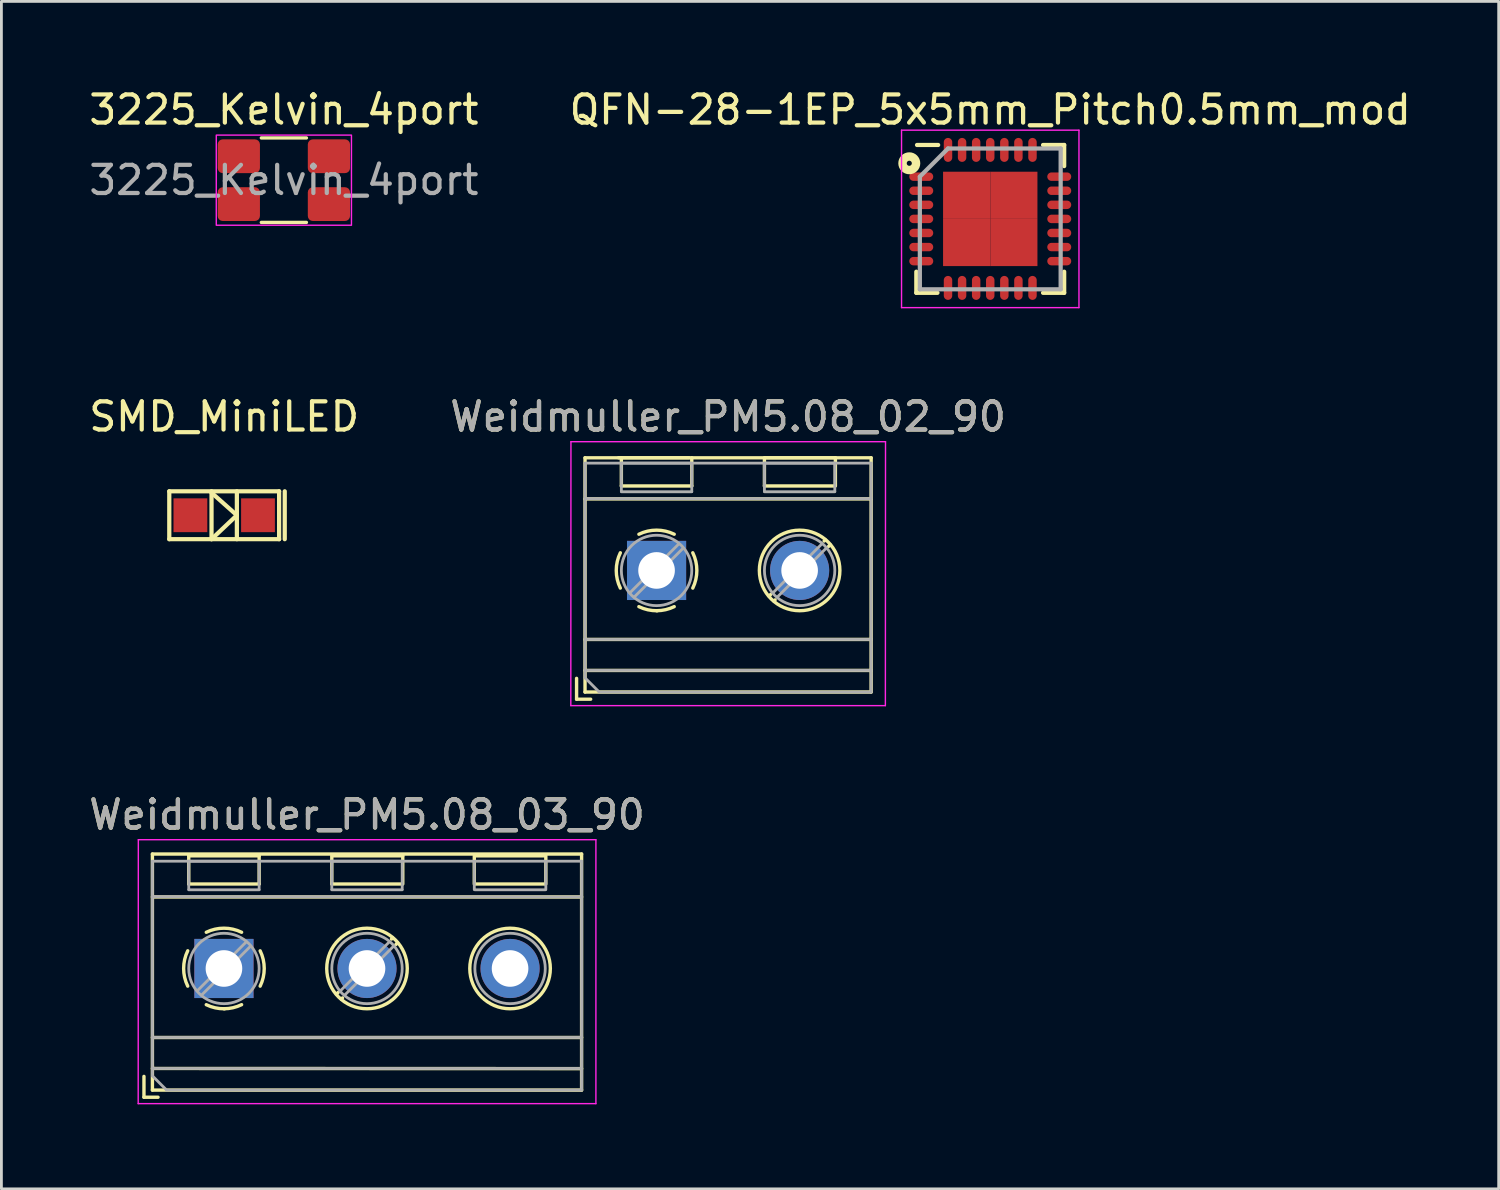
<source format=kicad_pcb>
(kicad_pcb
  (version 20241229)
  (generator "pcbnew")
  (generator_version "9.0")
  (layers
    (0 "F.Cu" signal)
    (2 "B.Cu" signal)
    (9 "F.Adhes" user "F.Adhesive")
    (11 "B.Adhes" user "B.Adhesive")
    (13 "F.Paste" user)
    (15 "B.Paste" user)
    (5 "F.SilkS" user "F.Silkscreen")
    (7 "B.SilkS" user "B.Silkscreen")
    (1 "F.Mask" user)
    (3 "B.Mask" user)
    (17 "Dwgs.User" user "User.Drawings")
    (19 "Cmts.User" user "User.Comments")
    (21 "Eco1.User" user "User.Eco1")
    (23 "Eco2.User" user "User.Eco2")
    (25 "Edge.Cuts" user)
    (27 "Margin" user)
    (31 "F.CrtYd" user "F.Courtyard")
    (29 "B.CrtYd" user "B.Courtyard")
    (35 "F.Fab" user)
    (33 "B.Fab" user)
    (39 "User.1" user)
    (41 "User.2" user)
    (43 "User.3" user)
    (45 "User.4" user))
  (footprint "SMD_MiniLED"
    (layer "F.Cu")
    (at 4.911 15.246)
    (property "Reference" "SMD_MiniLED" (at 0 -3.5 0) (layer "F.SilkS") (effects (font (size 1 1) (thickness 0.15))))
    (attr through_hole)
    (fp_line (start -1.95 -0.85) (end -1.95 0.85) (stroke (width 0.15) (type solid)) (layer "F.SilkS"))
    (fp_line (start -1.95 0.85) (end 1.95 0.85) (stroke (width 0.15) (type solid)) (layer "F.SilkS"))
    (fp_line (start -0.45 -0.85) (end -0.45 0.85) (stroke (width 0.15) (type solid)) (layer "F.SilkS"))
    (fp_line (start -0.45 0.85) (end 0.45 0) (stroke (width 0.15) (type solid)) (layer "F.SilkS"))
    (fp_line (start 0.45 -0.85) (end 0.45 0.85) (stroke (width 0.15) (type solid)) (layer "F.SilkS"))
    (fp_line (start 0.45 0) (end -0.45 -0.8) (stroke (width 0.15) (type solid)) (layer "F.SilkS"))
    (fp_line (start 1.95 -0.85) (end -1.95 -0.85) (stroke (width 0.15) (type solid)) (layer "F.SilkS"))
    (fp_line (start 1.95 0.85) (end 1.95 -0.85) (stroke (width 0.15) (type solid)) (layer "F.SilkS"))
    (fp_line (start 2.15 -0.85) (end 2.15 0.85) (stroke (width 0.15) (type solid)) (layer "F.SilkS"))
    (pad "1" smd rect (at -1.2 0) (size 1.2 1.2) (layers "F.Cu" "F.Mask" "F.Paste"))
    (pad "2" smd rect (at 1.2 0) (size 1.2 1.2) (layers "F.Cu" "F.Mask" "F.Paste")))
  (footprint "Weidmuller_PM5.08_02_90"
    (layer "F.Cu")
    (at 20.264 17.206)
    (property "Reference" "Weidmuller_PM5.08_02_90" (at 2.54 -5.46 0) (layer "F.SilkS") (effects (font (size 1 1) (thickness 0.15))))
    (attr through_hole)
    (fp_line (start -2.84 3.832) (end -2.84 4.572) (stroke (width 0.12) (type solid)) (layer "F.SilkS"))
    (fp_line (start -2.84 4.572) (end -2.34 4.572) (stroke (width 0.12) (type solid)) (layer "F.SilkS"))
    (fp_line (start -2.54 -4) (end -2.54 4.318) (stroke (width 0.12) (type solid)) (layer "F.SilkS"))
    (fp_line (start -2.54 -4) (end 7.62 -4) (stroke (width 0.12) (type solid)) (layer "F.SilkS"))
    (fp_line (start -2.54 -2.54) (end 7.62 -2.54) (stroke (width 0.12) (type solid)) (layer "F.SilkS"))
    (fp_line (start -2.54 2.45) (end 7.62 2.45) (stroke (width 0.12) (type solid)) (layer "F.SilkS"))
    (fp_line (start -2.54 3.55) (end 7.62 3.55) (stroke (width 0.12) (type solid)) (layer "F.SilkS"))
    (fp_line (start -2.54 4.318) (end 7.62 4.318) (stroke (width 0.12) (type solid)) (layer "F.SilkS"))
    (fp_line (start -1.35 -4) (end 1.15 -4) (stroke (width 0.12) (type solid)) (layer "F.SilkS"))
    (fp_line (start -1.25 -4) (end -1.25 -3) (stroke (width 0.12) (type solid)) (layer "F.SilkS"))
    (fp_line (start -1.25 -3) (end 1.25 -3) (stroke (width 0.12) (type solid)) (layer "F.SilkS"))
    (fp_line (start 1.25 -4) (end 1.25 -3) (stroke (width 0.12) (type solid)) (layer "F.SilkS"))
    (fp_line (start 3.83 -4) (end 3.83 -3) (stroke (width 0.12) (type solid)) (layer "F.SilkS"))
    (fp_line (start 3.83 -3) (end 6.33 -3) (stroke (width 0.12) (type solid)) (layer "F.SilkS"))
    (fp_line (start 3.85 -4) (end 6.35 -4) (stroke (width 0.12) (type solid)) (layer "F.SilkS"))
    (fp_line (start 4.056 0.85) (end 3.996 0.91) (stroke (width 0.12) (type solid)) (layer "F.SilkS"))
    (fp_line (start 4.21 1.045) (end 4.17 1.085) (stroke (width 0.12) (type solid)) (layer "F.SilkS"))
    (fp_line (start 5.991 -1.085) (end 5.951 -1.045) (stroke (width 0.12) (type solid)) (layer "F.SilkS"))
    (fp_line (start 6.165 -0.91) (end 6.105 -0.851) (stroke (width 0.12) (type solid)) (layer "F.SilkS"))
    (fp_line (start 6.35 -4) (end 6.35 -3) (stroke (width 0.12) (type solid)) (layer "F.SilkS"))
    (fp_line (start 7.62 -4) (end 7.62 4.318) (stroke (width 0.12) (type solid)) (layer "F.SilkS"))
    (fp_arc (start -1.286611 0.626746) (mid -1.431146 -0.000697) (end -1.286 -0.628) (stroke (width 0.12) (type solid)) (layer "F.SilkS"))
    (fp_arc (start -0.627362 -1.285823) (mid -0.000201 -1.430707) (end 0.627 -1.286) (stroke (width 0.12) (type solid)) (layer "F.SilkS"))
    (fp_arc (start 0.02428 1.43094) (mid -0.310437 1.397071) (end -0.628 1.286) (stroke (width 0.12) (type solid)) (layer "F.SilkS"))
    (fp_arc (start 0.626871 1.285275) (mid 0.32168 1.393349) (end 0 1.43) (stroke (width 0.12) (type solid)) (layer "F.SilkS"))
    (fp_arc (start 1.285823 -0.627362) (mid 1.430707 -0.000201) (end 1.286 0.627) (stroke (width 0.12) (type solid)) (layer "F.SilkS"))
    (fp_circle (center 5.08 0) (end 6.51 0) (stroke (width 0.12) (type solid)) (fill no) (layer "F.SilkS"))
    (fp_line (start -3.045 4.8) (end 8.125 4.8) (stroke (width 0.05) (type solid)) (layer "F.CrtYd"))
    (fp_line (start -3.04 -4.572) (end -3.045 4.8) (stroke (width 0.05) (type solid)) (layer "F.CrtYd"))
    (fp_line (start 8.125 4.8) (end 8.13 -4.572) (stroke (width 0.05) (type solid)) (layer "F.CrtYd"))
    (fp_line (start 8.13 -4.572) (end -3.04 -4.572) (stroke (width 0.05) (type solid)) (layer "F.CrtYd"))
    (fp_line (start -2.54 -3.81) (end 7.62 -3.81) (stroke (width 0.1) (type solid)) (layer "F.Fab"))
    (fp_line (start -2.54 -2.55) (end 7.62 -2.55) (stroke (width 0.1) (type solid)) (layer "F.Fab"))
    (fp_line (start -2.54 2.45) (end 7.62 2.45) (stroke (width 0.1) (type solid)) (layer "F.Fab"))
    (fp_line (start -2.54 3.55) (end 7.62 3.55) (stroke (width 0.1) (type solid)) (layer "F.Fab"))
    (fp_line (start -2.54 3.814) (end -2.54 -3.81) (stroke (width 0.1) (type solid)) (layer "F.Fab"))
    (fp_line (start -2.04 4.314) (end -2.54 3.814) (stroke (width 0.1) (type solid)) (layer "F.Fab"))
    (fp_line (start -1.25 -3.81) (end -1.25 -2.81) (stroke (width 0.1) (type solid)) (layer "F.Fab"))
    (fp_line (start -1.25 -2.794) (end 1.25 -2.794) (stroke (width 0.1) (type solid)) (layer "F.Fab"))
    (fp_line (start 0.796 -0.948) (end -0.949 0.796) (stroke (width 0.1) (type solid)) (layer "F.Fab"))
    (fp_line (start 0.949 -0.796) (end -0.796 0.948) (stroke (width 0.1) (type solid)) (layer "F.Fab"))
    (fp_line (start 1.25 -3.81) (end -1.25 -3.81) (stroke (width 0.1) (type solid)) (layer "F.Fab"))
    (fp_line (start 1.25 -2.802) (end 1.25 -3.802) (stroke (width 0.1) (type solid)) (layer "F.Fab"))
    (fp_line (start 3.83 -3.81) (end 3.83 -2.81) (stroke (width 0.1) (type solid)) (layer "F.Fab"))
    (fp_line (start 3.83 -2.794) (end 6.33 -2.794) (stroke (width 0.1) (type solid)) (layer "F.Fab"))
    (fp_line (start 5.876 -0.948) (end 4.132 0.796) (stroke (width 0.1) (type solid)) (layer "F.Fab"))
    (fp_line (start 6.029 -0.796) (end 4.285 0.948) (stroke (width 0.1) (type solid)) (layer "F.Fab"))
    (fp_line (start 6.33 -3.81) (end 3.83 -3.81) (stroke (width 0.1) (type solid)) (layer "F.Fab"))
    (fp_line (start 6.33 -2.81) (end 6.33 -3.81) (stroke (width 0.1) (type solid)) (layer "F.Fab"))
    (fp_line (start 7.62 -3.81) (end 7.62 4.318) (stroke (width 0.1) (type solid)) (layer "F.Fab"))
    (fp_line (start 7.62 4.318) (end -2.04 4.318) (stroke (width 0.1) (type solid)) (layer "F.Fab"))
    (fp_circle (center 0 0) (end 1.25 0) (stroke (width 0.1) (type solid)) (fill no) (layer "F.Fab"))
    (fp_circle (center 5.08 0) (end 6.33 0) (stroke (width 0.1) (type solid)) (fill no) (layer "F.Fab"))
    (fp_text user "${REFERENCE}" (at 2.54 -5.46 0) (layer "F.Fab") (effects (font (size 1 1) (thickness 0.15))))
    (pad "1" thru_hole rect (at 0 0) (size 2.1 2.1) (drill 1.3) (layers "*.Cu" "*.Mask"))
    (pad "2" thru_hole circle (at 5.08 0) (size 2.1 2.1) (drill 1.3) (layers "*.Cu" "*.Mask")))
  (footprint "3225_Kelvin_4port"
    (layer "F.Cu")
    (at 7.03 3.348)
    (property "Reference" "3225_Kelvin_4port" (at 0 -2.5 0) (unlocked yes) (layer "F.SilkS") (effects (font (size 1 1) (thickness 0.15))))
    (attr smd)
    (fp_line (start -0.8 -1.5) (end 0.8 -1.5) (stroke (width 0.12) (type default)) (layer "F.SilkS"))
    (fp_line (start -0.8 1.5) (end 0.8 1.5) (stroke (width 0.12) (type default)) (layer "F.SilkS"))
    (fp_rect (start -2.4 -1.6) (end 2.4 1.6) (stroke (width 0.05) (type default)) (fill no) (layer "F.CrtYd"))
    (fp_text user "${REFERENCE}" (at 0 0 0) (unlocked yes) (layer "F.Fab") (effects (font (size 1 1) (thickness 0.15))))
    (pad "1" smd roundrect (at 1.6 0.85) (size 1.5 1.2) (layers "F.Cu" "F.Mask" "F.Paste") (roundrect_rratio 0.15))
    (pad "2" smd roundrect (at 1.6 -0.85) (size 1.5 1.2) (layers "F.Cu" "F.Mask" "F.Paste") (roundrect_rratio 0.15))
    (pad "3" smd roundrect (at -1.6 -0.85) (size 1.5 1.2) (layers "F.Cu" "F.Mask" "F.Paste") (roundrect_rratio 0.15))
    (pad "4" smd roundrect (at -1.6 0.85) (size 1.5 1.2) (layers "F.Cu" "F.Mask" "F.Paste") (roundrect_rratio 0.15)))
  (footprint "Weidmuller_PM5.08_03_90"
    (layer "F.Cu")
    (at 4.902 31.34)
    (property "Reference" "Weidmuller_PM5.08_03_90" (at 5.08 -5.46 0) (layer "F.SilkS") (effects (font (size 1 1) (thickness 0.15))))
    (attr through_hole)
    (fp_line (start -2.84 3.832) (end -2.84 4.572) (stroke (width 0.12) (type solid)) (layer "F.SilkS"))
    (fp_line (start -2.84 4.572) (end -2.34 4.572) (stroke (width 0.12) (type solid)) (layer "F.SilkS"))
    (fp_line (start -2.54 -4.064) (end -2.54 4.318) (stroke (width 0.12) (type solid)) (layer "F.SilkS"))
    (fp_line (start -2.54 -4.064) (end 12.7 -4.064) (stroke (width 0.12) (type solid)) (layer "F.SilkS"))
    (fp_line (start -2.54 -2.54) (end 12.7 -2.54) (stroke (width 0.12) (type solid)) (layer "F.SilkS"))
    (fp_line (start -2.54 2.45) (end 12.7 2.45) (stroke (width 0.12) (type solid)) (layer "F.SilkS"))
    (fp_line (start -2.54 3.55) (end 12.7 3.556) (stroke (width 0.12) (type solid)) (layer "F.SilkS"))
    (fp_line (start -2.54 4.318) (end 12.7 4.318) (stroke (width 0.12) (type solid)) (layer "F.SilkS"))
    (fp_line (start -1.25 -4) (end -1.25 -3) (stroke (width 0.12) (type solid)) (layer "F.SilkS"))
    (fp_line (start -1.25 -4) (end 1.25 -4) (stroke (width 0.12) (type solid)) (layer "F.SilkS"))
    (fp_line (start -1.25 -3) (end 1.25 -3) (stroke (width 0.12) (type solid)) (layer "F.SilkS"))
    (fp_line (start 1.25 -4) (end 1.25 -3) (stroke (width 0.12) (type solid)) (layer "F.SilkS"))
    (fp_line (start 3.83 -4) (end 3.83 -3) (stroke (width 0.12) (type solid)) (layer "F.SilkS"))
    (fp_line (start 3.83 -3) (end 6.33 -3) (stroke (width 0.12) (type solid)) (layer "F.SilkS"))
    (fp_line (start 3.85 -4) (end 6.35 -4) (stroke (width 0.12) (type solid)) (layer "F.SilkS"))
    (fp_line (start 4.056 0.85) (end 3.996 0.91) (stroke (width 0.12) (type solid)) (layer "F.SilkS"))
    (fp_line (start 4.21 1.045) (end 4.17 1.085) (stroke (width 0.12) (type solid)) (layer "F.SilkS"))
    (fp_line (start 5.991 -1.085) (end 5.951 -1.045) (stroke (width 0.12) (type solid)) (layer "F.SilkS"))
    (fp_line (start 6.165 -0.91) (end 6.105 -0.851) (stroke (width 0.12) (type solid)) (layer "F.SilkS"))
    (fp_line (start 6.35 -4) (end 6.35 -3) (stroke (width 0.12) (type solid)) (layer "F.SilkS"))
    (fp_line (start 8.89 -4) (end 8.89 -3) (stroke (width 0.12) (type solid)) (layer "F.SilkS"))
    (fp_line (start 8.91 -4) (end 11.41 -4) (stroke (width 0.12) (type solid)) (layer "F.SilkS"))
    (fp_line (start 8.91 -3) (end 11.41 -3) (stroke (width 0.12) (type solid)) (layer "F.SilkS"))
    (fp_line (start 11.43 -4) (end 11.43 -3) (stroke (width 0.12) (type solid)) (layer "F.SilkS"))
    (fp_line (start 12.7 -4.064) (end 12.7 4.318) (stroke (width 0.12) (type solid)) (layer "F.SilkS"))
    (fp_arc (start -1.286611 0.626746) (mid -1.431146 -0.000697) (end -1.286 -0.628) (stroke (width 0.12) (type solid)) (layer "F.SilkS"))
    (fp_arc (start -0.627362 -1.285823) (mid -0.000201 -1.430707) (end 0.627 -1.286) (stroke (width 0.12) (type solid)) (layer "F.SilkS"))
    (fp_arc (start 0.02428 1.43094) (mid -0.310437 1.397071) (end -0.628 1.286) (stroke (width 0.12) (type solid)) (layer "F.SilkS"))
    (fp_arc (start 0.626871 1.285275) (mid 0.32168 1.393349) (end 0 1.43) (stroke (width 0.12) (type solid)) (layer "F.SilkS"))
    (fp_arc (start 1.285823 -0.627362) (mid 1.430707 -0.000201) (end 1.286 0.627) (stroke (width 0.12) (type solid)) (layer "F.SilkS"))
    (fp_circle (center 5.08 0) (end 6.51 0) (stroke (width 0.12) (type solid)) (fill no) (layer "F.SilkS"))
    (fp_circle (center 10.16 0) (end 11.59 0) (stroke (width 0.12) (type solid)) (fill no) (layer "F.SilkS"))
    (fp_line (start -3.045 4.8) (end 13.208 4.8) (stroke (width 0.05) (type solid)) (layer "F.CrtYd"))
    (fp_line (start -3.04 -4.572) (end -3.045 4.8) (stroke (width 0.05) (type solid)) (layer "F.CrtYd"))
    (fp_line (start 13.208 -4.572) (end -3.04 -4.572) (stroke (width 0.05) (type solid)) (layer "F.CrtYd"))
    (fp_line (start 13.208 4.8) (end 13.208 -4.572) (stroke (width 0.05) (type solid)) (layer "F.CrtYd"))
    (fp_line (start -2.54 -3.81) (end 12.7 -3.81) (stroke (width 0.1) (type solid)) (layer "F.Fab"))
    (fp_line (start -2.54 -2.55) (end 12.7 -2.54) (stroke (width 0.1) (type solid)) (layer "F.Fab"))
    (fp_line (start -2.54 2.45) (end 12.7 2.45) (stroke (width 0.1) (type solid)) (layer "F.Fab"))
    (fp_line (start -2.54 3.55) (end 12.7 3.55) (stroke (width 0.1) (type solid)) (layer "F.Fab"))
    (fp_line (start -2.54 3.814) (end -2.54 -3.81) (stroke (width 0.1) (type solid)) (layer "F.Fab"))
    (fp_line (start -2.04 4.314) (end -2.54 3.814) (stroke (width 0.1) (type solid)) (layer "F.Fab"))
    (fp_line (start -1.25 -3.81) (end -1.25 -2.81) (stroke (width 0.1) (type solid)) (layer "F.Fab"))
    (fp_line (start -1.25 -2.794) (end 1.25 -2.794) (stroke (width 0.1) (type solid)) (layer "F.Fab"))
    (fp_line (start 0.796 -0.948) (end -0.949 0.796) (stroke (width 0.1) (type solid)) (layer "F.Fab"))
    (fp_line (start 0.949 -0.796) (end -0.796 0.948) (stroke (width 0.1) (type solid)) (layer "F.Fab"))
    (fp_line (start 1.25 -3.81) (end -1.25 -3.81) (stroke (width 0.1) (type solid)) (layer "F.Fab"))
    (fp_line (start 1.25 -2.802) (end 1.25 -3.802) (stroke (width 0.1) (type solid)) (layer "F.Fab"))
    (fp_line (start 3.83 -3.81) (end 3.83 -2.81) (stroke (width 0.1) (type solid)) (layer "F.Fab"))
    (fp_line (start 3.83 -2.794) (end 6.33 -2.794) (stroke (width 0.1) (type solid)) (layer "F.Fab"))
    (fp_line (start 5.876 -0.948) (end 4.132 0.796) (stroke (width 0.1) (type solid)) (layer "F.Fab"))
    (fp_line (start 6.029 -0.796) (end 4.285 0.948) (stroke (width 0.1) (type solid)) (layer "F.Fab"))
    (fp_line (start 6.33 -3.81) (end 3.83 -3.81) (stroke (width 0.1) (type solid)) (layer "F.Fab"))
    (fp_line (start 6.33 -2.81) (end 6.33 -3.81) (stroke (width 0.1) (type solid)) (layer "F.Fab"))
    (fp_line (start 8.89 -2.802) (end 8.89 -3.802) (stroke (width 0.1) (type solid)) (layer "F.Fab"))
    (fp_line (start 8.91 -2.794) (end 11.41 -2.794) (stroke (width 0.1) (type solid)) (layer "F.Fab"))
    (fp_line (start 11.43 -2.802) (end 11.43 -3.802) (stroke (width 0.1) (type solid)) (layer "F.Fab"))
    (fp_line (start 12.7 -3.81) (end 12.7 4.318) (stroke (width 0.1) (type solid)) (layer "F.Fab"))
    (fp_line (start 12.7 4.318) (end -2.04 4.318) (stroke (width 0.1) (type solid)) (layer "F.Fab"))
    (fp_circle (center 0 0) (end 1.25 0) (stroke (width 0.1) (type solid)) (fill no) (layer "F.Fab"))
    (fp_circle (center 5.08 0) (end 6.33 0) (stroke (width 0.1) (type solid)) (fill no) (layer "F.Fab"))
    (fp_circle (center 10.16 0) (end 11.41 0) (stroke (width 0.1) (type solid)) (fill no) (layer "F.Fab"))
    (fp_text user "${REFERENCE}" (at 5.08 -5.46 0) (layer "F.Fab") (effects (font (size 1 1) (thickness 0.15))))
    (pad "1" thru_hole rect (at 0 0) (size 2.1 2.1) (drill 1.3) (layers "*.Cu" "*.Mask"))
    (pad "2" thru_hole circle (at 5.08 0) (size 2.1 2.1) (drill 1.3) (layers "*.Cu" "*.Mask"))
    (pad "3" thru_hole circle (at 10.16 0) (size 2.1 2.1) (drill 1.3) (layers "*.Cu" "*.Mask")))
  (footprint "QFN-28-1EP_5x5mm_Pitch0.5mm_mod"
    (layer "F.Cu")
    (at 32.113 4.723)
    (property "Reference" "QFN-28-1EP_5x5mm_Pitch0.5mm_mod" (at 0 -3.875 0) (layer "F.SilkS") (effects (font (size 1 1) (thickness 0.15))))
    (attr smd)
    (fp_line (start -2.625 2.625) (end -2.625 1.875) (stroke (width 0.15) (type solid)) (layer "F.SilkS"))
    (fp_line (start -2.625 2.625) (end -1.875 2.625) (stroke (width 0.15) (type solid)) (layer "F.SilkS"))
    (fp_line (start -1.85 -2.625) (end -2.6 -2.625) (stroke (width 0.15) (type solid)) (layer "F.SilkS"))
    (fp_line (start 2.625 -2.625) (end 1.875 -2.625) (stroke (width 0.15) (type solid)) (layer "F.SilkS"))
    (fp_line (start 2.625 -2.625) (end 2.625 -1.875) (stroke (width 0.15) (type solid)) (layer "F.SilkS"))
    (fp_line (start 2.625 2.625) (end 1.875 2.625) (stroke (width 0.15) (type solid)) (layer "F.SilkS"))
    (fp_line (start 2.625 2.625) (end 2.625 1.875) (stroke (width 0.15) (type solid)) (layer "F.SilkS"))
    (fp_circle (center -2.875 -1.975) (end -2.8 -2.025) (stroke (width 0.3) (type solid)) (fill no) (layer "F.SilkS"))
    (fp_line (start -3.15 -3.15) (end -3.15 3.15) (stroke (width 0.05) (type solid)) (layer "F.CrtYd"))
    (fp_line (start -3.15 -3.15) (end 3.15 -3.15) (stroke (width 0.05) (type solid)) (layer "F.CrtYd"))
    (fp_line (start -3.15 3.15) (end 3.15 3.15) (stroke (width 0.05) (type solid)) (layer "F.CrtYd"))
    (fp_line (start 3.15 -3.15) (end 3.15 3.15) (stroke (width 0.05) (type solid)) (layer "F.CrtYd"))
    (fp_line (start -2.5 -1.5) (end -1.5 -2.5) (stroke (width 0.15) (type solid)) (layer "F.Fab"))
    (fp_line (start -2.5 2.5) (end -2.5 -1.5) (stroke (width 0.15) (type solid)) (layer "F.Fab"))
    (fp_line (start -1.5 -2.5) (end 2.5 -2.5) (stroke (width 0.15) (type solid)) (layer "F.Fab"))
    (fp_line (start 2.5 -2.5) (end 2.5 2.5) (stroke (width 0.15) (type solid)) (layer "F.Fab"))
    (fp_line (start 2.5 2.5) (end -2.5 2.5) (stroke (width 0.15) (type solid)) (layer "F.Fab"))
    (pad "1" smd oval (at -2.45 -1.5) (size 0.85 0.3) (layers "F.Cu" "F.Mask" "F.Paste"))
    (pad "2" smd oval (at -2.45 -1) (size 0.85 0.3) (layers "F.Cu" "F.Mask" "F.Paste"))
    (pad "3" smd oval (at -2.45 -0.5) (size 0.85 0.3) (layers "F.Cu" "F.Mask" "F.Paste"))
    (pad "4" smd oval (at -2.45 0) (size 0.85 0.3) (layers "F.Cu" "F.Mask" "F.Paste"))
    (pad "5" smd oval (at -2.45 0.5) (size 0.85 0.3) (layers "F.Cu" "F.Mask" "F.Paste"))
    (pad "6" smd oval (at -2.45 1) (size 0.85 0.3) (layers "F.Cu" "F.Mask" "F.Paste"))
    (pad "7" smd oval (at -2.45 1.5) (size 0.85 0.3) (layers "F.Cu" "F.Mask" "F.Paste"))
    (pad "8" smd oval (at -1.5 2.45 90) (size 0.85 0.3) (layers "F.Cu" "F.Mask" "F.Paste"))
    (pad "9" smd oval (at -1 2.45 90) (size 0.85 0.3) (layers "F.Cu" "F.Mask" "F.Paste"))
    (pad "10" smd oval (at -0.5 2.45 90) (size 0.85 0.3) (layers "F.Cu" "F.Mask" "F.Paste"))
    (pad "11" smd oval (at 0 2.45 90) (size 0.85 0.3) (layers "F.Cu" "F.Mask" "F.Paste"))
    (pad "12" smd oval (at 0.5 2.45 90) (size 0.85 0.3) (layers "F.Cu" "F.Mask" "F.Paste"))
    (pad "13" smd oval (at 1 2.45 90) (size 0.85 0.3) (layers "F.Cu" "F.Mask" "F.Paste"))
    (pad "14" smd oval (at 1.5 2.45 90) (size 0.85 0.3) (layers "F.Cu" "F.Mask" "F.Paste"))
    (pad "15" smd oval (at 2.45 1.5) (size 0.85 0.3) (layers "F.Cu" "F.Mask" "F.Paste"))
    (pad "16" smd oval (at 2.45 1) (size 0.85 0.3) (layers "F.Cu" "F.Mask" "F.Paste"))
    (pad "17" smd oval (at 2.45 0.5) (size 0.85 0.3) (layers "F.Cu" "F.Mask" "F.Paste"))
    (pad "18" smd oval (at 2.45 0) (size 0.85 0.3) (layers "F.Cu" "F.Mask" "F.Paste"))
    (pad "19" smd oval (at 2.45 -0.5) (size 0.85 0.3) (layers "F.Cu" "F.Mask" "F.Paste"))
    (pad "20" smd oval (at 2.45 -1) (size 0.85 0.3) (layers "F.Cu" "F.Mask" "F.Paste"))
    (pad "21" smd oval (at 2.45 -1.5) (size 0.85 0.3) (layers "F.Cu" "F.Mask" "F.Paste"))
    (pad "22" smd oval (at 1.5 -2.45 90) (size 0.85 0.3) (layers "F.Cu" "F.Mask" "F.Paste"))
    (pad "23" smd oval (at 1 -2.45 90) (size 0.85 0.3) (layers "F.Cu" "F.Mask" "F.Paste"))
    (pad "24" smd oval (at 0.5 -2.45 90) (size 0.85 0.3) (layers "F.Cu" "F.Mask" "F.Paste"))
    (pad "25" smd oval (at 0 -2.45 90) (size 0.85 0.3) (layers "F.Cu" "F.Mask" "F.Paste"))
    (pad "26" smd oval (at -0.5 -2.45 90) (size 0.85 0.3) (layers "F.Cu" "F.Mask" "F.Paste"))
    (pad "27" smd oval (at -1 -2.45 90) (size 0.85 0.3) (layers "F.Cu" "F.Mask" "F.Paste"))
    (pad "28" smd oval (at -1.5 -2.45 90) (size 0.85 0.3) (layers "F.Cu" "F.Mask" "F.Paste"))
    (pad "29" smd rect (at -0.838 -0.838) (size 1.675 1.675) (layers "F.Cu" "F.Mask" "F.Paste"))
    (pad "29" smd rect (at -0.838 0.838) (size 1.675 1.675) (layers "F.Cu" "F.Mask" "F.Paste"))
    (pad "29" smd rect (at 0.838 -0.838) (size 1.675 1.675) (layers "F.Cu" "F.Mask" "F.Paste"))
    (pad "29" smd rect (at 0.838 0.838) (size 1.675 1.675) (layers "F.Cu" "F.Mask" "F.Paste")))
  (gr_rect
    (start -3 -3)
    (end 50.167 39.165)
    (stroke (width 0.1) (type default))
    (fill no)
    (layer "Edge.Cuts")))
</source>
